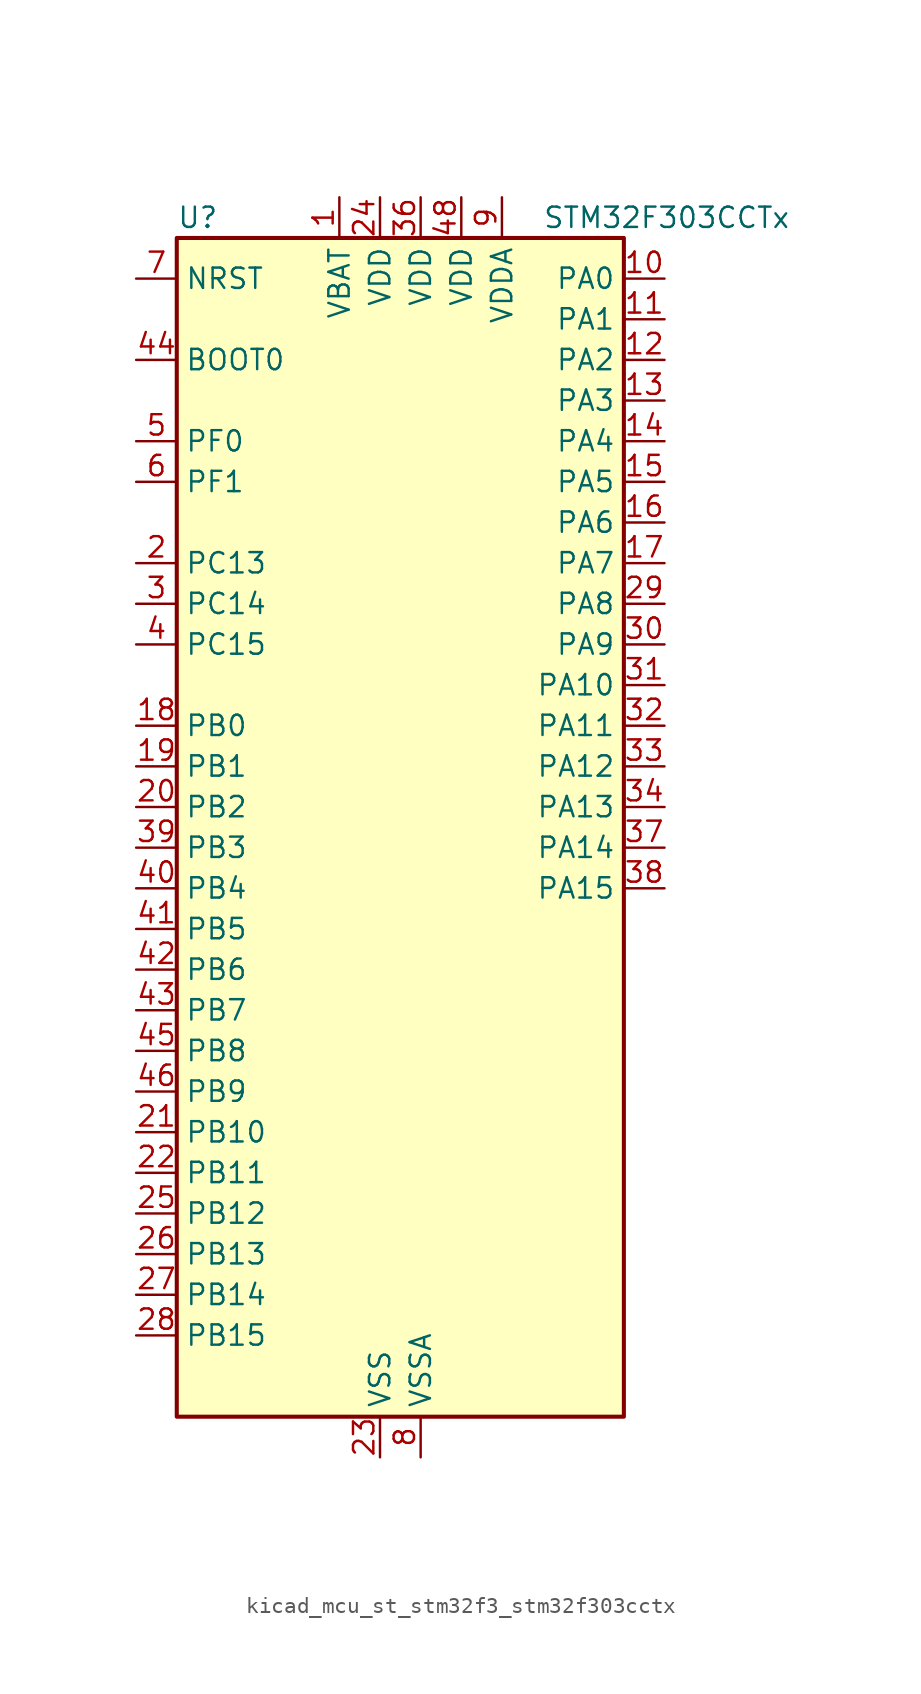
<source format=kicad_sym>
(kicad_symbol_lib
  (version 20220914)
  (generator kicad_symbol_editor)
  (symbol "kicad_mcu_st_stm32f3_stm32f303cctx"
    (property "Reference" "U"
      (at -12.7 39.37 0)
      (effects (font (size 1.27 1.27)) (justify left)))
    (property "Value" "STM32F303CCTx"
      (at 10.16 39.37 0)
      (effects (font (size 1.27 1.27)) (justify left)))
    (property "ki_locked" ""
      (at 0 0 0)
      (effects (font (size 1.27 1.27))))
    (symbol "kicad_mcu_st_stm32f3_stm32f303cctx_0_1"
      (rectangle (start -12.7 -35.56) (end 15.24 38.1) (stroke (width 0.254) (type default)) (fill (type background))))
    (symbol "kicad_mcu_st_stm32f3_stm32f303cctx_1_1"
      (pin power_in line (at -2.54 40.64 270) (length 2.54) (name "VBAT" (effects (font (size 1.27 1.27)))) (number "1" (effects (font (size 1.27 1.27)))))
      (pin bidirectional line (at 17.78 35.56 180) (length 2.54) (name "PA0" (effects (font (size 1.27 1.27)))) (number "10" (effects (font (size 1.27 1.27)))) (alternate "ADC1_IN1" bidirectional line) (alternate "COMP1_INM" bidirectional line) (alternate "COMP1_OUT" bidirectional line) (alternate "COMP7_INP" bidirectional line) (alternate "RTC_TAMP2" bidirectional line) (alternate "SYS_WKUP1" bidirectional line) (alternate "TIM2_CH1" bidirectional line) (alternate "TIM2_ETR" bidirectional line) (alternate "TIM8_BKIN" bidirectional line) (alternate "TIM8_ETR" bidirectional line) (alternate "TSC_G1_IO1" bidirectional line) (alternate "USART2_CTS" bidirectional line))
      (pin bidirectional line (at 17.78 33.02 180) (length 2.54) (name "PA1" (effects (font (size 1.27 1.27)))) (number "11" (effects (font (size 1.27 1.27)))) (alternate "ADC1_IN2" bidirectional line) (alternate "COMP1_INP" bidirectional line) (alternate "OPAMP1_VINP" bidirectional line) (alternate "OPAMP1_VINP_SEC" bidirectional line) (alternate "OPAMP3_VINP" bidirectional line) (alternate "OPAMP3_VINP_SEC" bidirectional line) (alternate "RTC_REFIN" bidirectional line) (alternate "TIM15_CH1N" bidirectional line) (alternate "TIM2_CH2" bidirectional line) (alternate "TSC_G1_IO2" bidirectional line) (alternate "USART2_DE" bidirectional line) (alternate "USART2_RTS" bidirectional line))
      (pin bidirectional line (at 17.78 30.48 180) (length 2.54) (name "PA2" (effects (font (size 1.27 1.27)))) (number "12" (effects (font (size 1.27 1.27)))) (alternate "ADC1_IN3" bidirectional line) (alternate "ADC3_EXTI2" bidirectional line) (alternate "ADC4_EXTI2" bidirectional line) (alternate "COMP2_INM" bidirectional line) (alternate "COMP2_OUT" bidirectional line) (alternate "OPAMP1_VOUT" bidirectional line) (alternate "TIM15_CH1" bidirectional line) (alternate "TIM2_CH3" bidirectional line) (alternate "TSC_G1_IO3" bidirectional line) (alternate "USART2_TX" bidirectional line))
      (pin bidirectional line (at 17.78 27.94 180) (length 2.54) (name "PA3" (effects (font (size 1.27 1.27)))) (number "13" (effects (font (size 1.27 1.27)))) (alternate "ADC1_IN4" bidirectional line) (alternate "COMP2_INP" bidirectional line) (alternate "OPAMP1_VINM" bidirectional line) (alternate "OPAMP1_VINM_SEC" bidirectional line) (alternate "OPAMP1_VINP" bidirectional line) (alternate "OPAMP1_VINP_SEC" bidirectional line) (alternate "TIM15_CH2" bidirectional line) (alternate "TIM2_CH4" bidirectional line) (alternate "TSC_G1_IO4" bidirectional line) (alternate "USART2_RX" bidirectional line))
      (pin bidirectional line (at 17.78 25.4 180) (length 2.54) (name "PA4" (effects (font (size 1.27 1.27)))) (number "14" (effects (font (size 1.27 1.27)))) (alternate "ADC2_IN1" bidirectional line) (alternate "COMP1_INM" bidirectional line) (alternate "COMP2_INM" bidirectional line) (alternate "COMP3_INM" bidirectional line) (alternate "COMP4_INM" bidirectional line) (alternate "COMP5_INM" bidirectional line) (alternate "COMP6_INM" bidirectional line) (alternate "COMP7_INM" bidirectional line) (alternate "DAC_OUT1" bidirectional line) (alternate "I2S3_WS" bidirectional line) (alternate "OPAMP4_VINP" bidirectional line) (alternate "OPAMP4_VINP_SEC" bidirectional line) (alternate "SPI1_NSS" bidirectional line) (alternate "SPI3_NSS" bidirectional line) (alternate "TIM3_CH2" bidirectional line) (alternate "TSC_G2_IO1" bidirectional line) (alternate "USART2_CK" bidirectional line))
      (pin bidirectional line (at 17.78 22.86 180) (length 2.54) (name "PA5" (effects (font (size 1.27 1.27)))) (number "15" (effects (font (size 1.27 1.27)))) (alternate "ADC2_IN2" bidirectional line) (alternate "COMP1_INM" bidirectional line) (alternate "COMP2_INM" bidirectional line) (alternate "COMP3_INM" bidirectional line) (alternate "COMP4_INM" bidirectional line) (alternate "COMP5_INM" bidirectional line) (alternate "COMP6_INM" bidirectional line) (alternate "COMP7_INM" bidirectional line) (alternate "DAC_OUT2" bidirectional line) (alternate "OPAMP1_VINP" bidirectional line) (alternate "OPAMP1_VINP_SEC" bidirectional line) (alternate "OPAMP2_VINM" bidirectional line) (alternate "OPAMP2_VINM_SEC" bidirectional line) (alternate "OPAMP3_VINP" bidirectional line) (alternate "OPAMP3_VINP_SEC" bidirectional line) (alternate "SPI1_SCK" bidirectional line) (alternate "TIM2_CH1" bidirectional line) (alternate "TIM2_ETR" bidirectional line) (alternate "TSC_G2_IO2" bidirectional line))
      (pin bidirectional line (at 17.78 20.32 180) (length 2.54) (name "PA6" (effects (font (size 1.27 1.27)))) (number "16" (effects (font (size 1.27 1.27)))) (alternate "ADC2_IN3" bidirectional line) (alternate "COMP1_OUT" bidirectional line) (alternate "OPAMP2_VOUT" bidirectional line) (alternate "SPI1_MISO" bidirectional line) (alternate "TIM16_CH1" bidirectional line) (alternate "TIM1_BKIN" bidirectional line) (alternate "TIM3_CH1" bidirectional line) (alternate "TIM8_BKIN" bidirectional line) (alternate "TSC_G2_IO3" bidirectional line))
      (pin bidirectional line (at 17.78 17.78 180) (length 2.54) (name "PA7" (effects (font (size 1.27 1.27)))) (number "17" (effects (font (size 1.27 1.27)))) (alternate "ADC2_IN4" bidirectional line) (alternate "COMP2_INP" bidirectional line) (alternate "COMP2_OUT" bidirectional line) (alternate "OPAMP1_VINP" bidirectional line) (alternate "OPAMP1_VINP_SEC" bidirectional line) (alternate "OPAMP2_VINP" bidirectional line) (alternate "OPAMP2_VINP_SEC" bidirectional line) (alternate "SPI1_MOSI" bidirectional line) (alternate "TIM17_CH1" bidirectional line) (alternate "TIM1_CH1N" bidirectional line) (alternate "TIM3_CH2" bidirectional line) (alternate "TIM8_CH1N" bidirectional line) (alternate "TSC_G2_IO4" bidirectional line))
      (pin bidirectional line (at -15.24 7.62 0) (length 2.54) (name "PB0" (effects (font (size 1.27 1.27)))) (number "18" (effects (font (size 1.27 1.27)))) (alternate "ADC3_IN12" bidirectional line) (alternate "COMP4_INP" bidirectional line) (alternate "OPAMP2_VINP" bidirectional line) (alternate "OPAMP2_VINP_SEC" bidirectional line) (alternate "OPAMP3_VINP" bidirectional line) (alternate "OPAMP3_VINP_SEC" bidirectional line) (alternate "TIM1_CH2N" bidirectional line) (alternate "TIM3_CH3" bidirectional line) (alternate "TIM8_CH2N" bidirectional line) (alternate "TSC_G3_IO2" bidirectional line))
      (pin bidirectional line (at -15.24 5.08 0) (length 2.54) (name "PB1" (effects (font (size 1.27 1.27)))) (number "19" (effects (font (size 1.27 1.27)))) (alternate "ADC3_IN1" bidirectional line) (alternate "COMP4_OUT" bidirectional line) (alternate "OPAMP3_VOUT" bidirectional line) (alternate "TIM1_CH3N" bidirectional line) (alternate "TIM3_CH4" bidirectional line) (alternate "TIM8_CH3N" bidirectional line) (alternate "TSC_G3_IO3" bidirectional line))
      (pin bidirectional line (at -15.24 17.78 0) (length 2.54) (name "PC13" (effects (font (size 1.27 1.27)))) (number "2" (effects (font (size 1.27 1.27)))) (alternate "RTC_OUT_ALARM" bidirectional line) (alternate "RTC_OUT_CALIB" bidirectional line) (alternate "RTC_TAMP1" bidirectional line) (alternate "RTC_TS" bidirectional line) (alternate "SYS_WKUP2" bidirectional line) (alternate "TIM1_CH1N" bidirectional line))
      (pin bidirectional line (at -15.24 2.54 0) (length 2.54) (name "PB2" (effects (font (size 1.27 1.27)))) (number "20" (effects (font (size 1.27 1.27)))) (alternate "ADC2_IN12" bidirectional line) (alternate "ADC3_EXTI2" bidirectional line) (alternate "ADC4_EXTI2" bidirectional line) (alternate "COMP4_INM" bidirectional line) (alternate "OPAMP3_VINM" bidirectional line) (alternate "OPAMP3_VINM_SEC" bidirectional line) (alternate "TSC_G3_IO4" bidirectional line))
      (pin bidirectional line (at -15.24 -17.78 0) (length 2.54) (name "PB10" (effects (font (size 1.27 1.27)))) (number "21" (effects (font (size 1.27 1.27)))) (alternate "COMP5_INM" bidirectional line) (alternate "OPAMP3_VINM" bidirectional line) (alternate "OPAMP3_VINM_SEC" bidirectional line) (alternate "OPAMP4_VINM" bidirectional line) (alternate "OPAMP4_VINM_SEC" bidirectional line) (alternate "TIM2_CH3" bidirectional line) (alternate "TSC_SYNC" bidirectional line) (alternate "USART3_TX" bidirectional line))
      (pin bidirectional line (at -15.24 -20.32 0) (length 2.54) (name "PB11" (effects (font (size 1.27 1.27)))) (number "22" (effects (font (size 1.27 1.27)))) (alternate "ADC1_EXTI11" bidirectional line) (alternate "ADC2_EXTI11" bidirectional line) (alternate "COMP6_INP" bidirectional line) (alternate "OPAMP4_VINP" bidirectional line) (alternate "OPAMP4_VINP_SEC" bidirectional line) (alternate "TIM2_CH4" bidirectional line) (alternate "TSC_G6_IO1" bidirectional line) (alternate "USART3_RX" bidirectional line))
      (pin power_in line (at 0 -38.1 90) (length 2.54) (name "VSS" (effects (font (size 1.27 1.27)))) (number "23" (effects (font (size 1.27 1.27)))))
      (pin power_in line (at 0 40.64 270) (length 2.54) (name "VDD" (effects (font (size 1.27 1.27)))) (number "24" (effects (font (size 1.27 1.27)))))
      (pin bidirectional line (at -15.24 -22.86 0) (length 2.54) (name "PB12" (effects (font (size 1.27 1.27)))) (number "25" (effects (font (size 1.27 1.27)))) (alternate "ADC4_IN3" bidirectional line) (alternate "COMP3_INM" bidirectional line) (alternate "I2C2_SMBA" bidirectional line) (alternate "I2S2_WS" bidirectional line) (alternate "OPAMP4_VOUT" bidirectional line) (alternate "SPI2_NSS" bidirectional line) (alternate "TIM1_BKIN" bidirectional line) (alternate "TSC_G6_IO2" bidirectional line) (alternate "USART3_CK" bidirectional line))
      (pin bidirectional line (at -15.24 -25.4 0) (length 2.54) (name "PB13" (effects (font (size 1.27 1.27)))) (number "26" (effects (font (size 1.27 1.27)))) (alternate "ADC3_IN5" bidirectional line) (alternate "COMP5_INP" bidirectional line) (alternate "I2S2_CK" bidirectional line) (alternate "OPAMP3_VINP" bidirectional line) (alternate "OPAMP3_VINP_SEC" bidirectional line) (alternate "OPAMP4_VINP" bidirectional line) (alternate "OPAMP4_VINP_SEC" bidirectional line) (alternate "SPI2_SCK" bidirectional line) (alternate "TIM1_CH1N" bidirectional line) (alternate "TSC_G6_IO3" bidirectional line) (alternate "USART3_CTS" bidirectional line))
      (pin bidirectional line (at -15.24 -27.94 0) (length 2.54) (name "PB14" (effects (font (size 1.27 1.27)))) (number "27" (effects (font (size 1.27 1.27)))) (alternate "ADC4_IN4" bidirectional line) (alternate "COMP3_INP" bidirectional line) (alternate "I2S2_ext_SD" bidirectional line) (alternate "OPAMP2_VINP" bidirectional line) (alternate "OPAMP2_VINP_SEC" bidirectional line) (alternate "SPI2_MISO" bidirectional line) (alternate "TIM15_CH1" bidirectional line) (alternate "TIM1_CH2N" bidirectional line) (alternate "TSC_G6_IO4" bidirectional line) (alternate "USART3_DE" bidirectional line) (alternate "USART3_RTS" bidirectional line))
      (pin bidirectional line (at -15.24 -30.48 0) (length 2.54) (name "PB15" (effects (font (size 1.27 1.27)))) (number "28" (effects (font (size 1.27 1.27)))) (alternate "ADC1_EXTI15" bidirectional line) (alternate "ADC2_EXTI15" bidirectional line) (alternate "ADC4_IN5" bidirectional line) (alternate "COMP6_INM" bidirectional line) (alternate "I2S2_SD" bidirectional line) (alternate "RTC_REFIN" bidirectional line) (alternate "SPI2_MOSI" bidirectional line) (alternate "TIM15_CH1N" bidirectional line) (alternate "TIM15_CH2" bidirectional line) (alternate "TIM1_CH3N" bidirectional line))
      (pin bidirectional line (at 17.78 15.24 180) (length 2.54) (name "PA8" (effects (font (size 1.27 1.27)))) (number "29" (effects (font (size 1.27 1.27)))) (alternate "COMP3_OUT" bidirectional line) (alternate "I2C2_SMBA" bidirectional line) (alternate "I2S2_MCK" bidirectional line) (alternate "RCC_MCO" bidirectional line) (alternate "TIM1_CH1" bidirectional line) (alternate "TIM4_ETR" bidirectional line) (alternate "USART1_CK" bidirectional line))
      (pin bidirectional line (at -15.24 15.24 0) (length 2.54) (name "PC14" (effects (font (size 1.27 1.27)))) (number "3" (effects (font (size 1.27 1.27)))) (alternate "RCC_OSC32_IN" bidirectional line))
      (pin bidirectional line (at 17.78 12.7 180) (length 2.54) (name "PA9" (effects (font (size 1.27 1.27)))) (number "30" (effects (font (size 1.27 1.27)))) (alternate "COMP5_OUT" bidirectional line) (alternate "DAC_EXTI9" bidirectional line) (alternate "I2C2_SCL" bidirectional line) (alternate "I2S3_MCK" bidirectional line) (alternate "TIM15_BKIN" bidirectional line) (alternate "TIM1_CH2" bidirectional line) (alternate "TIM2_CH3" bidirectional line) (alternate "TSC_G4_IO1" bidirectional line) (alternate "USART1_TX" bidirectional line))
      (pin bidirectional line (at 17.78 10.16 180) (length 2.54) (name "PA10" (effects (font (size 1.27 1.27)))) (number "31" (effects (font (size 1.27 1.27)))) (alternate "COMP6_OUT" bidirectional line) (alternate "I2C2_SDA" bidirectional line) (alternate "TIM17_BKIN" bidirectional line) (alternate "TIM1_CH3" bidirectional line) (alternate "TIM2_CH4" bidirectional line) (alternate "TIM8_BKIN" bidirectional line) (alternate "TSC_G4_IO2" bidirectional line) (alternate "USART1_RX" bidirectional line))
      (pin bidirectional line (at 17.78 7.62 180) (length 2.54) (name "PA11" (effects (font (size 1.27 1.27)))) (number "32" (effects (font (size 1.27 1.27)))) (alternate "ADC1_EXTI11" bidirectional line) (alternate "ADC2_EXTI11" bidirectional line) (alternate "CAN_RX" bidirectional line) (alternate "COMP1_OUT" bidirectional line) (alternate "TIM1_BKIN2" bidirectional line) (alternate "TIM1_CH1N" bidirectional line) (alternate "TIM1_CH4" bidirectional line) (alternate "TIM4_CH1" bidirectional line) (alternate "USART1_CTS" bidirectional line) (alternate "USB_DM" bidirectional line))
      (pin bidirectional line (at 17.78 5.08 180) (length 2.54) (name "PA12" (effects (font (size 1.27 1.27)))) (number "33" (effects (font (size 1.27 1.27)))) (alternate "CAN_TX" bidirectional line) (alternate "COMP2_OUT" bidirectional line) (alternate "TIM16_CH1" bidirectional line) (alternate "TIM1_CH2N" bidirectional line) (alternate "TIM1_ETR" bidirectional line) (alternate "TIM4_CH2" bidirectional line) (alternate "USART1_DE" bidirectional line) (alternate "USART1_RTS" bidirectional line) (alternate "USB_DP" bidirectional line))
      (pin bidirectional line (at 17.78 2.54 180) (length 2.54) (name "PA13" (effects (font (size 1.27 1.27)))) (number "34" (effects (font (size 1.27 1.27)))) (alternate "IR_OUT" bidirectional line) (alternate "SYS_JTMS-SWDIO" bidirectional line) (alternate "TIM16_CH1N" bidirectional line) (alternate "TIM4_CH3" bidirectional line) (alternate "TSC_G4_IO3" bidirectional line) (alternate "USART3_CTS" bidirectional line))
      (pin passive line (at 0 -38.1 90) (length 2.54) hide (name "VSS" (effects (font (size 1.27 1.27)))) (number "35" (effects (font (size 1.27 1.27)))))
      (pin power_in line (at 2.54 40.64 270) (length 2.54) (name "VDD" (effects (font (size 1.27 1.27)))) (number "36" (effects (font (size 1.27 1.27)))))
      (pin bidirectional line (at 17.78 0 180) (length 2.54) (name "PA14" (effects (font (size 1.27 1.27)))) (number "37" (effects (font (size 1.27 1.27)))) (alternate "I2C1_SDA" bidirectional line) (alternate "SYS_JTCK-SWCLK" bidirectional line) (alternate "TIM1_BKIN" bidirectional line) (alternate "TIM8_CH2" bidirectional line) (alternate "TSC_G4_IO4" bidirectional line) (alternate "USART2_TX" bidirectional line))
      (pin bidirectional line (at 17.78 -2.54 180) (length 2.54) (name "PA15" (effects (font (size 1.27 1.27)))) (number "38" (effects (font (size 1.27 1.27)))) (alternate "ADC1_EXTI15" bidirectional line) (alternate "ADC2_EXTI15" bidirectional line) (alternate "I2C1_SCL" bidirectional line) (alternate "I2S3_WS" bidirectional line) (alternate "SPI1_NSS" bidirectional line) (alternate "SPI3_NSS" bidirectional line) (alternate "SYS_JTDI" bidirectional line) (alternate "TIM1_BKIN" bidirectional line) (alternate "TIM2_CH1" bidirectional line) (alternate "TIM2_ETR" bidirectional line) (alternate "TIM8_CH1" bidirectional line) (alternate "USART2_RX" bidirectional line))
      (pin bidirectional line (at -15.24 0 0) (length 2.54) (name "PB3" (effects (font (size 1.27 1.27)))) (number "39" (effects (font (size 1.27 1.27)))) (alternate "I2S3_CK" bidirectional line) (alternate "SPI1_SCK" bidirectional line) (alternate "SPI3_SCK" bidirectional line) (alternate "SYS_JTDO-TRACESWO" bidirectional line) (alternate "TIM2_CH2" bidirectional line) (alternate "TIM3_ETR" bidirectional line) (alternate "TIM4_ETR" bidirectional line) (alternate "TIM8_CH1N" bidirectional line) (alternate "TSC_G5_IO1" bidirectional line) (alternate "USART2_TX" bidirectional line))
      (pin bidirectional line (at -15.24 12.7 0) (length 2.54) (name "PC15" (effects (font (size 1.27 1.27)))) (number "4" (effects (font (size 1.27 1.27)))) (alternate "ADC1_EXTI15" bidirectional line) (alternate "ADC2_EXTI15" bidirectional line) (alternate "RCC_OSC32_OUT" bidirectional line))
      (pin bidirectional line (at -15.24 -2.54 0) (length 2.54) (name "PB4" (effects (font (size 1.27 1.27)))) (number "40" (effects (font (size 1.27 1.27)))) (alternate "I2S3_ext_SD" bidirectional line) (alternate "SPI1_MISO" bidirectional line) (alternate "SPI3_MISO" bidirectional line) (alternate "SYS_NJTRST" bidirectional line) (alternate "TIM16_CH1" bidirectional line) (alternate "TIM17_BKIN" bidirectional line) (alternate "TIM3_CH1" bidirectional line) (alternate "TIM8_CH2N" bidirectional line) (alternate "TSC_G5_IO2" bidirectional line) (alternate "USART2_RX" bidirectional line))
      (pin bidirectional line (at -15.24 -5.08 0) (length 2.54) (name "PB5" (effects (font (size 1.27 1.27)))) (number "41" (effects (font (size 1.27 1.27)))) (alternate "I2C1_SMBA" bidirectional line) (alternate "I2S3_SD" bidirectional line) (alternate "SPI1_MOSI" bidirectional line) (alternate "SPI3_MOSI" bidirectional line) (alternate "TIM16_BKIN" bidirectional line) (alternate "TIM17_CH1" bidirectional line) (alternate "TIM3_CH2" bidirectional line) (alternate "TIM8_CH3N" bidirectional line) (alternate "USART2_CK" bidirectional line))
      (pin bidirectional line (at -15.24 -7.62 0) (length 2.54) (name "PB6" (effects (font (size 1.27 1.27)))) (number "42" (effects (font (size 1.27 1.27)))) (alternate "I2C1_SCL" bidirectional line) (alternate "TIM16_CH1N" bidirectional line) (alternate "TIM4_CH1" bidirectional line) (alternate "TIM8_BKIN2" bidirectional line) (alternate "TIM8_CH1" bidirectional line) (alternate "TIM8_ETR" bidirectional line) (alternate "TSC_G5_IO3" bidirectional line) (alternate "USART1_TX" bidirectional line))
      (pin bidirectional line (at -15.24 -10.16 0) (length 2.54) (name "PB7" (effects (font (size 1.27 1.27)))) (number "43" (effects (font (size 1.27 1.27)))) (alternate "I2C1_SDA" bidirectional line) (alternate "TIM17_CH1N" bidirectional line) (alternate "TIM3_CH4" bidirectional line) (alternate "TIM4_CH2" bidirectional line) (alternate "TIM8_BKIN" bidirectional line) (alternate "TSC_G5_IO4" bidirectional line) (alternate "USART1_RX" bidirectional line))
      (pin input line (at -15.24 30.48 0) (length 2.54) (name "BOOT0" (effects (font (size 1.27 1.27)))) (number "44" (effects (font (size 1.27 1.27)))))
      (pin bidirectional line (at -15.24 -12.7 0) (length 2.54) (name "PB8" (effects (font (size 1.27 1.27)))) (number "45" (effects (font (size 1.27 1.27)))) (alternate "CAN_RX" bidirectional line) (alternate "COMP1_OUT" bidirectional line) (alternate "I2C1_SCL" bidirectional line) (alternate "TIM16_CH1" bidirectional line) (alternate "TIM1_BKIN" bidirectional line) (alternate "TIM4_CH3" bidirectional line) (alternate "TIM8_CH2" bidirectional line) (alternate "TSC_SYNC" bidirectional line))
      (pin bidirectional line (at -15.24 -15.24 0) (length 2.54) (name "PB9" (effects (font (size 1.27 1.27)))) (number "46" (effects (font (size 1.27 1.27)))) (alternate "CAN_TX" bidirectional line) (alternate "COMP2_OUT" bidirectional line) (alternate "DAC_EXTI9" bidirectional line) (alternate "I2C1_SDA" bidirectional line) (alternate "IR_OUT" bidirectional line) (alternate "TIM17_CH1" bidirectional line) (alternate "TIM4_CH4" bidirectional line) (alternate "TIM8_CH3" bidirectional line))
      (pin passive line (at 0 -38.1 90) (length 2.54) hide (name "VSS" (effects (font (size 1.27 1.27)))) (number "47" (effects (font (size 1.27 1.27)))))
      (pin power_in line (at 5.08 40.64 270) (length 2.54) (name "VDD" (effects (font (size 1.27 1.27)))) (number "48" (effects (font (size 1.27 1.27)))))
      (pin bidirectional line (at -15.24 25.4 0) (length 2.54) (name "PF0" (effects (font (size 1.27 1.27)))) (number "5" (effects (font (size 1.27 1.27)))) (alternate "I2C2_SDA" bidirectional line) (alternate "RCC_OSC_IN" bidirectional line) (alternate "TIM1_CH3N" bidirectional line))
      (pin bidirectional line (at -15.24 22.86 0) (length 2.54) (name "PF1" (effects (font (size 1.27 1.27)))) (number "6" (effects (font (size 1.27 1.27)))) (alternate "I2C2_SCL" bidirectional line) (alternate "RCC_OSC_OUT" bidirectional line))
      (pin input line (at -15.24 35.56 0) (length 2.54) (name "NRST" (effects (font (size 1.27 1.27)))) (number "7" (effects (font (size 1.27 1.27)))))
      (pin power_in line (at 2.54 -38.1 90) (length 2.54) (name "VSSA" (effects (font (size 1.27 1.27)))) (number "8" (effects (font (size 1.27 1.27)))))
      (pin power_in line (at 7.62 40.64 270) (length 2.54) (name "VDDA" (effects (font (size 1.27 1.27)))) (number "9" (effects (font (size 1.27 1.27))))))))
</source>
